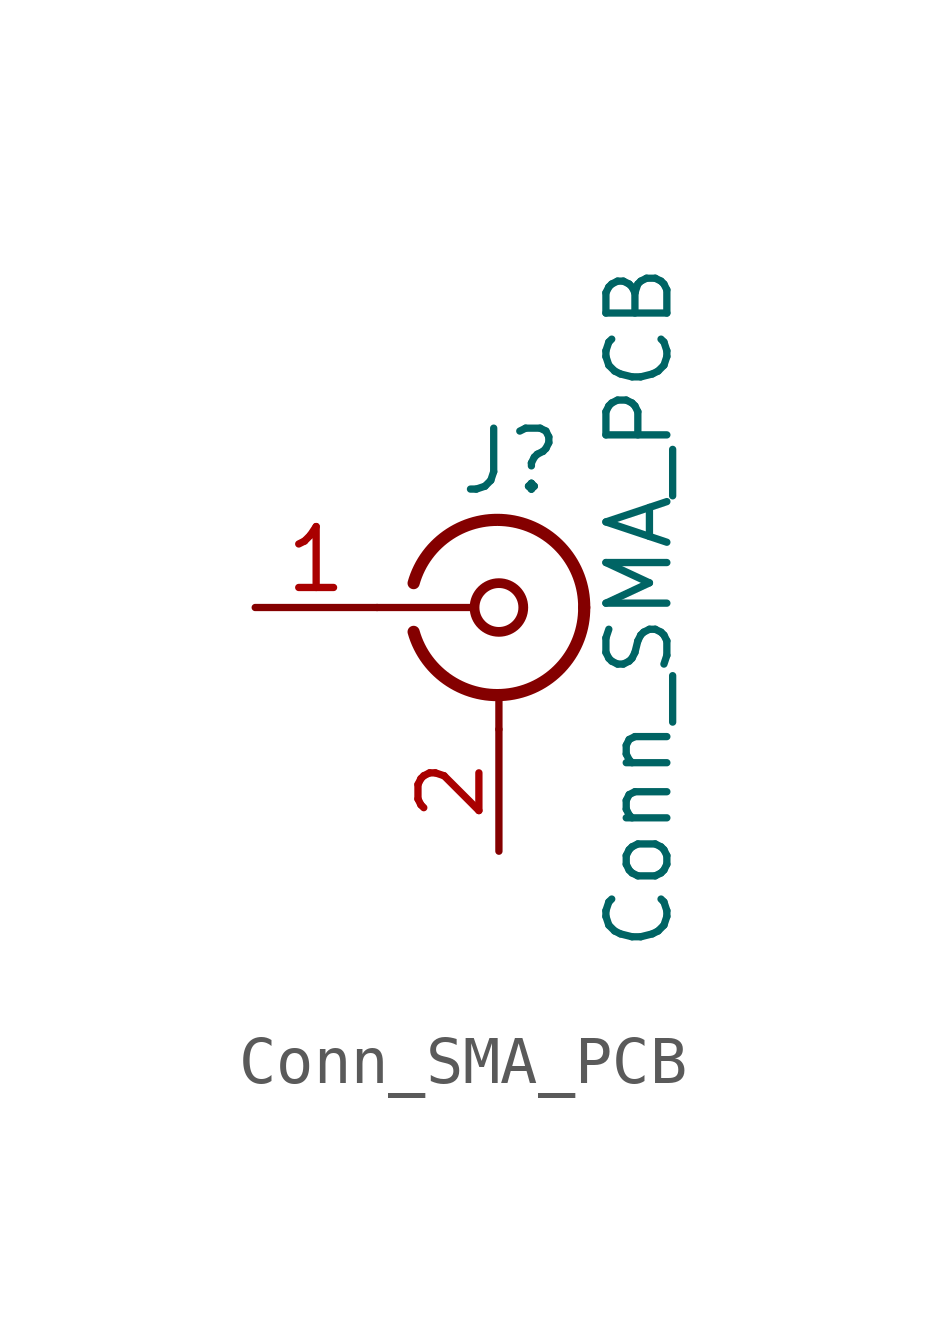
<source format=kicad_sym>
(kicad_symbol_lib
  (version 20211014)
  (generator kicad_symbol_editor)
  (symbol "Conn_SMA_PCB"
    (pin_names
      (offset 1.016) hide)
    (property "Reference" "J"
      (at 0.254 3.048 0)
      (effects (font (size 1.27 1.27))))
    (property "Value" "Conn_SMA_PCB"
      (at 2.921 0 90)
      (effects (font (size 1.27 1.27))))
    (symbol "Conn_SMA_PCB_0_1"
      (arc (start -1.778 -0.508) (mid 0.2311 -1.8066) (end 1.778 0) (stroke (width 0.254) (type default) (color 0 0 0 0)) (fill (type none)))
      (polyline (pts (xy -2.54 0) (xy -0.508 0)) (stroke (width 0) (type default) (color 0 0 0 0)) (fill (type none)))
      (polyline (pts (xy 0 -2.54) (xy 0 -1.778)) (stroke (width 0) (type default) (color 0 0 0 0)) (fill (type none)))
      (circle (center 0 0) (radius 0.508) (stroke (width 0.203) (type default) (color 0 0 0 0)) (fill (type none)))
      (arc (start 1.778 0) (mid 0.2099 1.8101) (end -1.778 0.508) (stroke (width 0.254) (type default) (color 0 0 0 0)) (fill (type none))))
    (symbol "Conn_SMA_PCB_1_1"
      (pin passive line (at -5.08 0 0) (length 2.54) (name "In" (effects (font (size 1.27 1.27)))) (number "1" (effects (font (size 1.27 1.27)))))
      (pin passive line (at 0 -5.08 90) (length 2.54) (name "Ext" (effects (font (size 1.27 1.27)))) (number "2" (effects (font (size 1.27 1.27))))))))
</source>
